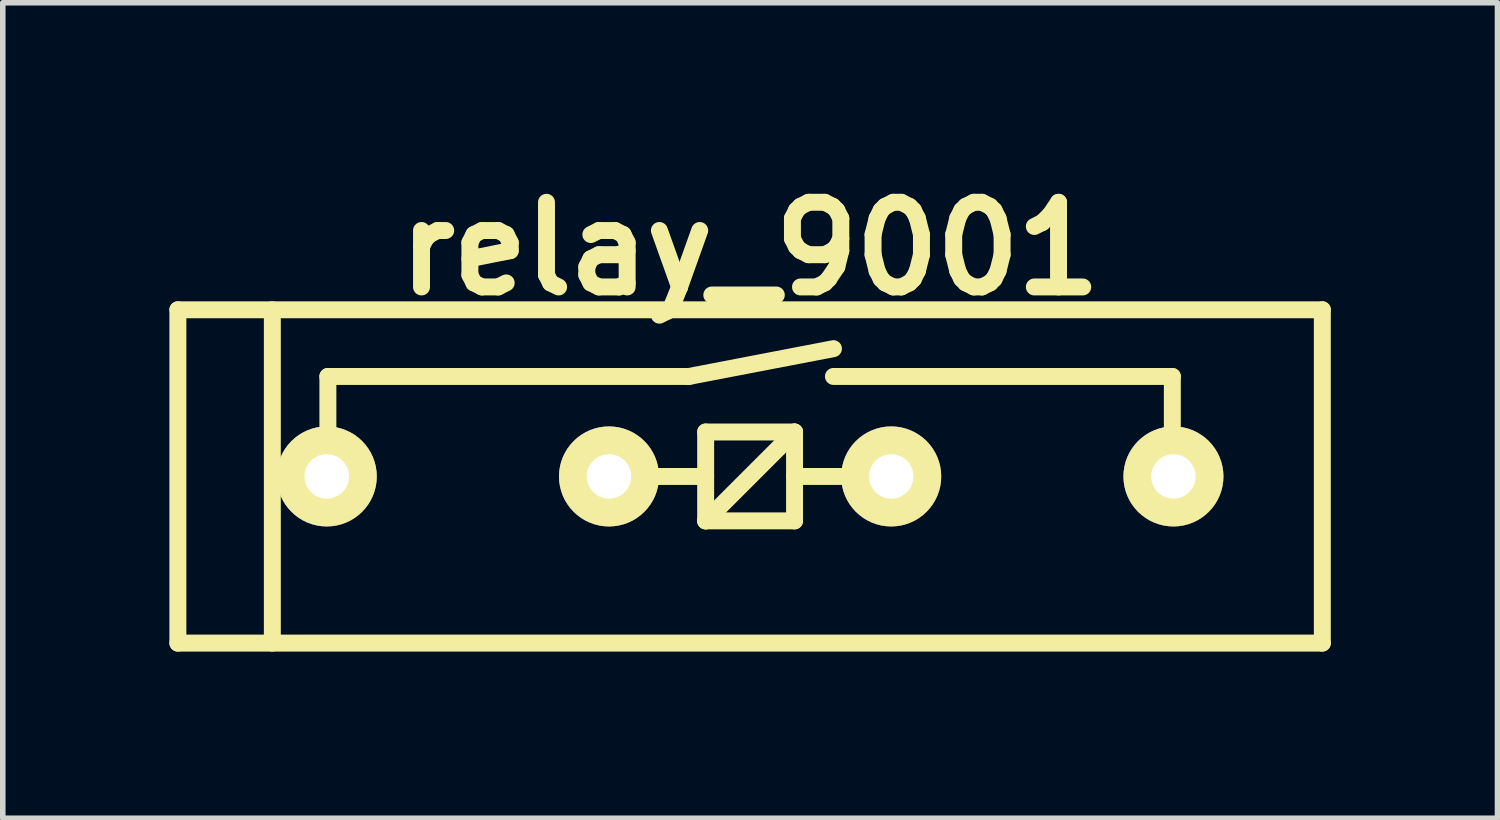
<source format=kicad_pcb>
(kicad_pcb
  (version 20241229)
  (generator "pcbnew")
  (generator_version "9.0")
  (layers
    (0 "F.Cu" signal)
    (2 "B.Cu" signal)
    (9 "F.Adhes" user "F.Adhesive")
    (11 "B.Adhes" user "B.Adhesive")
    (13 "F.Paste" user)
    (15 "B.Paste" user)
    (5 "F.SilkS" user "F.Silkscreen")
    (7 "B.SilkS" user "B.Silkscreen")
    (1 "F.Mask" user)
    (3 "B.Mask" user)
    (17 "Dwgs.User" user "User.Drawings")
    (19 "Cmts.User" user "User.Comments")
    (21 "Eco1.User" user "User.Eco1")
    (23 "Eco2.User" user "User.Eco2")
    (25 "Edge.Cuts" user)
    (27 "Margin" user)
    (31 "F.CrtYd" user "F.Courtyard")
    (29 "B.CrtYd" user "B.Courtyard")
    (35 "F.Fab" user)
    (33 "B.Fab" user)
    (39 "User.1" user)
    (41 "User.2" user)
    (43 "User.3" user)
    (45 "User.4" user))
  (footprint "relay_9001"
    (layer "F.Cu")
    (at 10.452 5.526)
    (property "Reference" "relay_9001" (at 0 -4.1 0) (layer "F.SilkS") (effects (font (size 1.524 1.524) (thickness 0.305))))
    (attr through_hole)
    (fp_line (start -10.3 -3) (end -10.3 3) (stroke (width 0.305) (type solid)) (layer "F.SilkS"))
    (fp_line (start -10.3 -3) (end 10.3 -3) (stroke (width 0.305) (type solid)) (layer "F.SilkS"))
    (fp_line (start -10.3 3) (end 10.3 3) (stroke (width 0.305) (type solid)) (layer "F.SilkS"))
    (fp_line (start -8.6 -3) (end -8.6 3) (stroke (width 0.305) (type solid)) (layer "F.SilkS"))
    (fp_line (start -7.6 -1.8) (end -7.6 0) (stroke (width 0.305) (type solid)) (layer "F.SilkS"))
    (fp_line (start -7.6 -1.8) (end -1.1 -1.8) (stroke (width 0.305) (type solid)) (layer "F.SilkS"))
    (fp_line (start -2.5 0) (end -0.8 0) (stroke (width 0.305) (type solid)) (layer "F.SilkS"))
    (fp_line (start -1.1 -1.8) (end 1.5 -2.3) (stroke (width 0.305) (type solid)) (layer "F.SilkS"))
    (fp_line (start -0.8 -0.8) (end 0.8 -0.8) (stroke (width 0.305) (type solid)) (layer "F.SilkS"))
    (fp_line (start -0.8 0.8) (end -0.8 -0.8) (stroke (width 0.305) (type solid)) (layer "F.SilkS"))
    (fp_line (start -0.8 0.8) (end 0.8 -0.8) (stroke (width 0.305) (type solid)) (layer "F.SilkS"))
    (fp_line (start -0.8 0.8) (end 0.8 0.8) (stroke (width 0.305) (type solid)) (layer "F.SilkS"))
    (fp_line (start 0.8 -0.8) (end 0.8 0.8) (stroke (width 0.305) (type solid)) (layer "F.SilkS"))
    (fp_line (start 0.8 0) (end 2.5 0) (stroke (width 0.305) (type solid)) (layer "F.SilkS"))
    (fp_line (start 1.5 -1.8) (end 7.6 -1.8) (stroke (width 0.305) (type solid)) (layer "F.SilkS"))
    (fp_line (start 7.6 -1.8) (end 7.6 0) (stroke (width 0.305) (type solid)) (layer "F.SilkS"))
    (fp_line (start 10.3 -3) (end 10.3 3) (stroke (width 0.305) (type solid)) (layer "F.SilkS"))
    (pad "1" thru_hole circle (at -7.62 0) (size 1.8 1.8) (drill 0.8) (layers "*.Cu" "*.Mask" "F.SilkS"))
    (pad "3" thru_hole circle (at -2.54 0) (size 1.8 1.8) (drill 0.8) (layers "*.Cu" "*.Mask" "F.SilkS"))
    (pad "5" thru_hole circle (at 2.54 0) (size 1.8 1.8) (drill 0.8) (layers "*.Cu" "*.Mask" "F.SilkS"))
    (pad "7" thru_hole circle (at 7.62 0) (size 1.8 1.8) (drill 0.8) (layers "*.Cu" "*.Mask" "F.SilkS")))
  (gr_rect
    (start -3 -3)
    (end 23.905 11.679)
    (stroke (width 0.1) (type default))
    (fill no)
    (layer "Edge.Cuts")))
</source>
